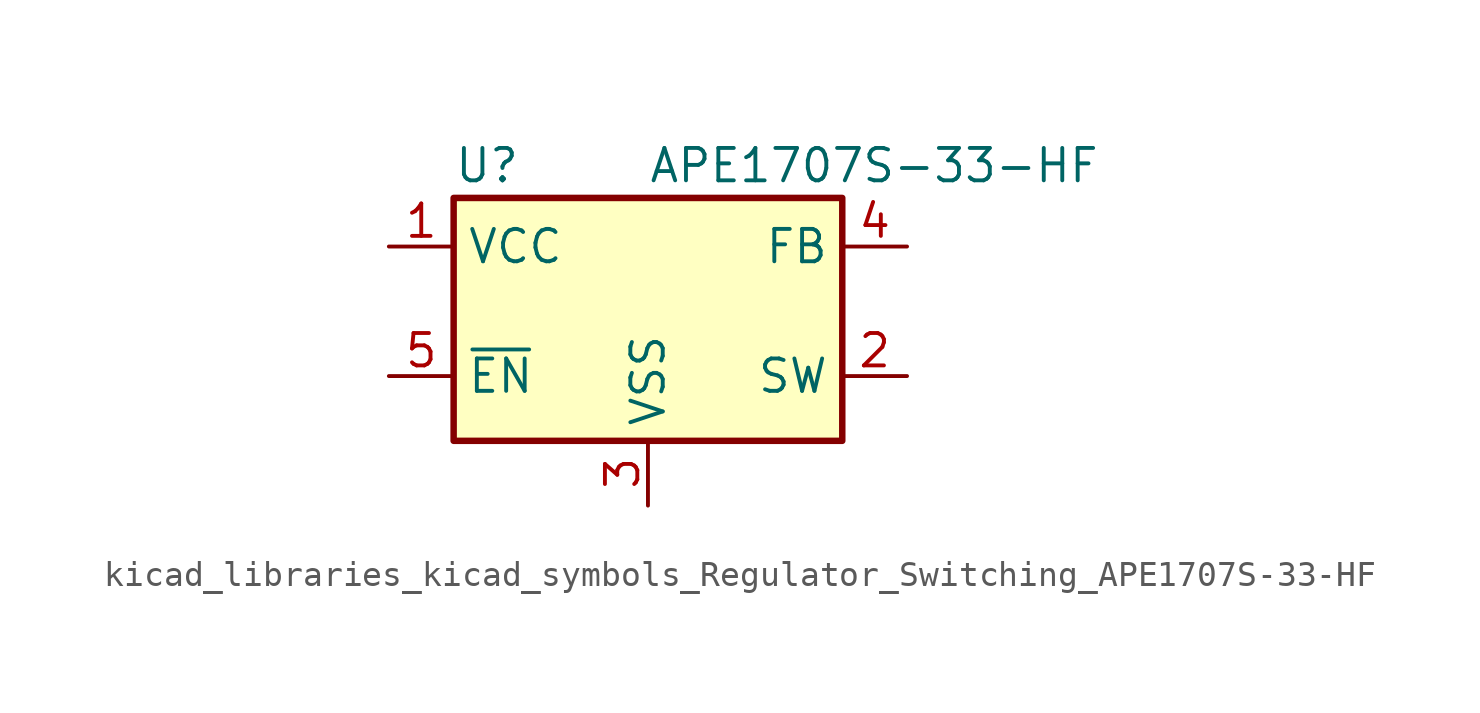
<source format=kicad_sym>
(kicad_symbol_lib
  (version 20220914)
  (generator kicad_symbol_editor)
  (symbol "kicad_libraries_kicad_symbols_Regulator_Switching_APE1707S-33-HF"
    (property "Reference" "U"
      (at -7.62 5.715 0)
      (effects (font (size 1.27 1.27)) (justify left)))
    (property "Value" "APE1707S-33-HF"
      (at 0 5.715 0)
      (effects (font (size 1.27 1.27)) (justify left)))
    (symbol "kicad_libraries_kicad_symbols_Regulator_Switching_APE1707S-33-HF_0_1"
      (rectangle (start -7.62 4.445) (end 7.62 -5.08) (stroke (width 0.254) (type default)) (fill (type background))))
    (symbol "kicad_libraries_kicad_symbols_Regulator_Switching_APE1707S-33-HF_1_1"
      (pin power_in line (at -10.16 2.54 0) (length 2.54) (name "VCC" (effects (font (size 1.27 1.27)))) (number "1" (effects (font (size 1.27 1.27)))))
      (pin output line (at 10.16 -2.54 180) (length 2.54) (name "SW" (effects (font (size 1.27 1.27)))) (number "2" (effects (font (size 1.27 1.27)))))
      (pin power_in line (at 0 -7.62 90) (length 2.54) (name "VSS" (effects (font (size 1.27 1.27)))) (number "3" (effects (font (size 1.27 1.27)))))
      (pin input line (at 10.16 2.54 180) (length 2.54) (name "FB" (effects (font (size 1.27 1.27)))) (number "4" (effects (font (size 1.27 1.27)))))
      (pin input line (at -10.16 -2.54 0) (length 2.54) (name "~{EN}" (effects (font (size 1.27 1.27)))) (number "5" (effects (font (size 1.27 1.27))))))))
</source>
